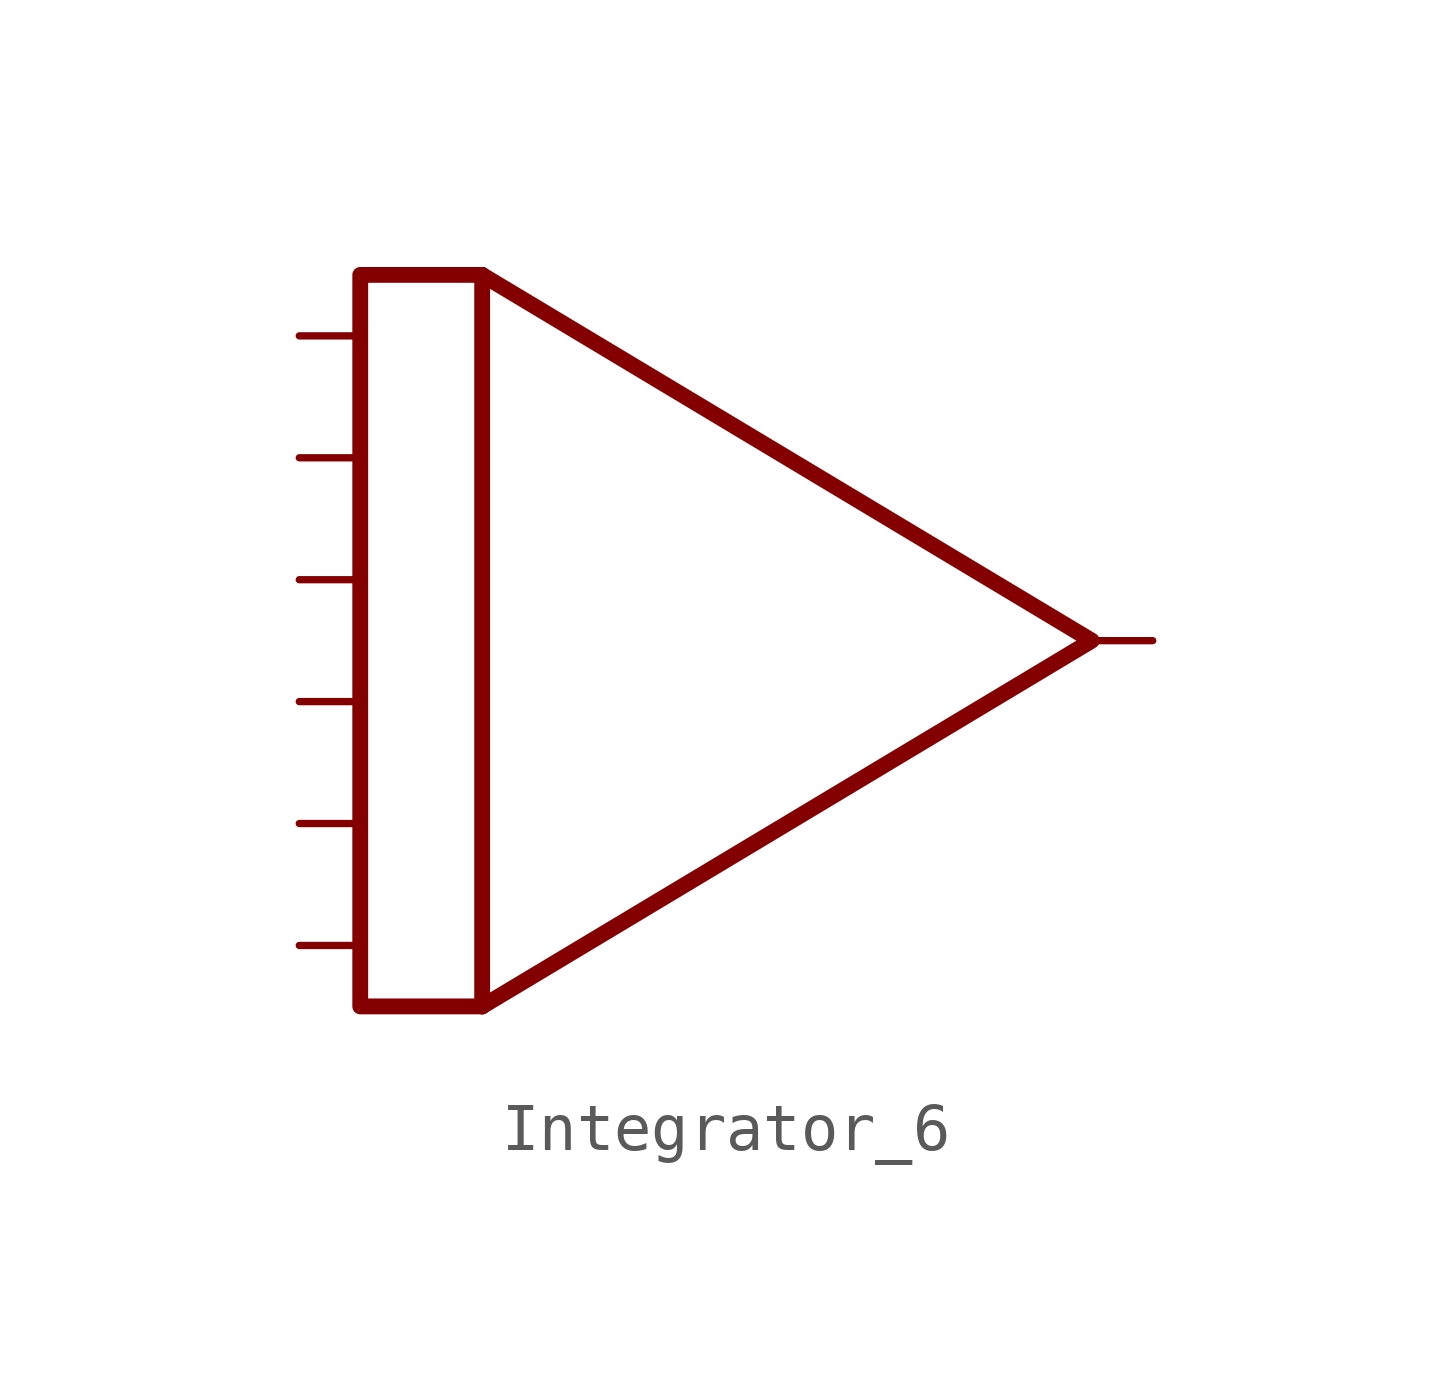
<source format=kicad_sym>
(kicad_symbol_lib
  (version 20211014)
  (generator kicad_symbol_editor)
  (symbol "Integrator_6"
    (property "Reference" "U"
      (at 11.43 10.16 0)
      (effects (font (size 1.27 1.27)) hide))
    (symbol "Integrator_6_0_0"
      (polyline (pts (xy -6.35 7.62) (xy -8.89 7.62) (xy -8.89 -7.62) (xy -6.35 -7.62)) (stroke (width 0.33) (type default) (color 0 0 0 0)) (fill (type none))))
    (symbol "Integrator_6_0_1"
      (polyline (pts (xy -6.35 -7.62) (xy -6.35 7.62)) (stroke (width 0.33) (type default) (color 0 0 0 0)) (fill (type none)))
      (polyline (pts (xy -6.35 7.62) (xy 6.35 0) (xy -6.35 -7.62)) (stroke (width 0.33) (type default) (color 0 0 0 0)) (fill (type none))))
    (symbol "Integrator_6_1_1"
      (pin input line (at -10.16 -6.35 0) (length 1.27) (name "" (effects (font (size 1.27 1.27)))) (number "" (effects (font (size 1.27 1.27)))))
      (pin input line (at -10.16 -3.81 0) (length 1.27) (name "" (effects (font (size 1.27 1.27)))) (number "" (effects (font (size 1.27 1.27)))))
      (pin input line (at -10.16 -1.27 0) (length 1.27) (name "" (effects (font (size 1.27 1.27)))) (number "" (effects (font (size 1.27 1.27)))))
      (pin input line (at -10.16 1.27 0) (length 1.27) (name "" (effects (font (size 1.27 1.27)))) (number "" (effects (font (size 1.27 1.27)))))
      (pin input line (at -10.16 3.81 0) (length 1.27) (name "" (effects (font (size 1.27 1.27)))) (number "" (effects (font (size 1.27 1.27)))))
      (pin input line (at -10.16 6.35 0) (length 1.27) (name "" (effects (font (size 1.27 1.27)))) (number "" (effects (font (size 1.27 1.27)))))
      (pin output line (at 7.62 0 180) (length 1.27) (name "" (effects (font (size 1.27 1.27)))) (number "" (effects (font (size 1.27 1.27))))))))
</source>
